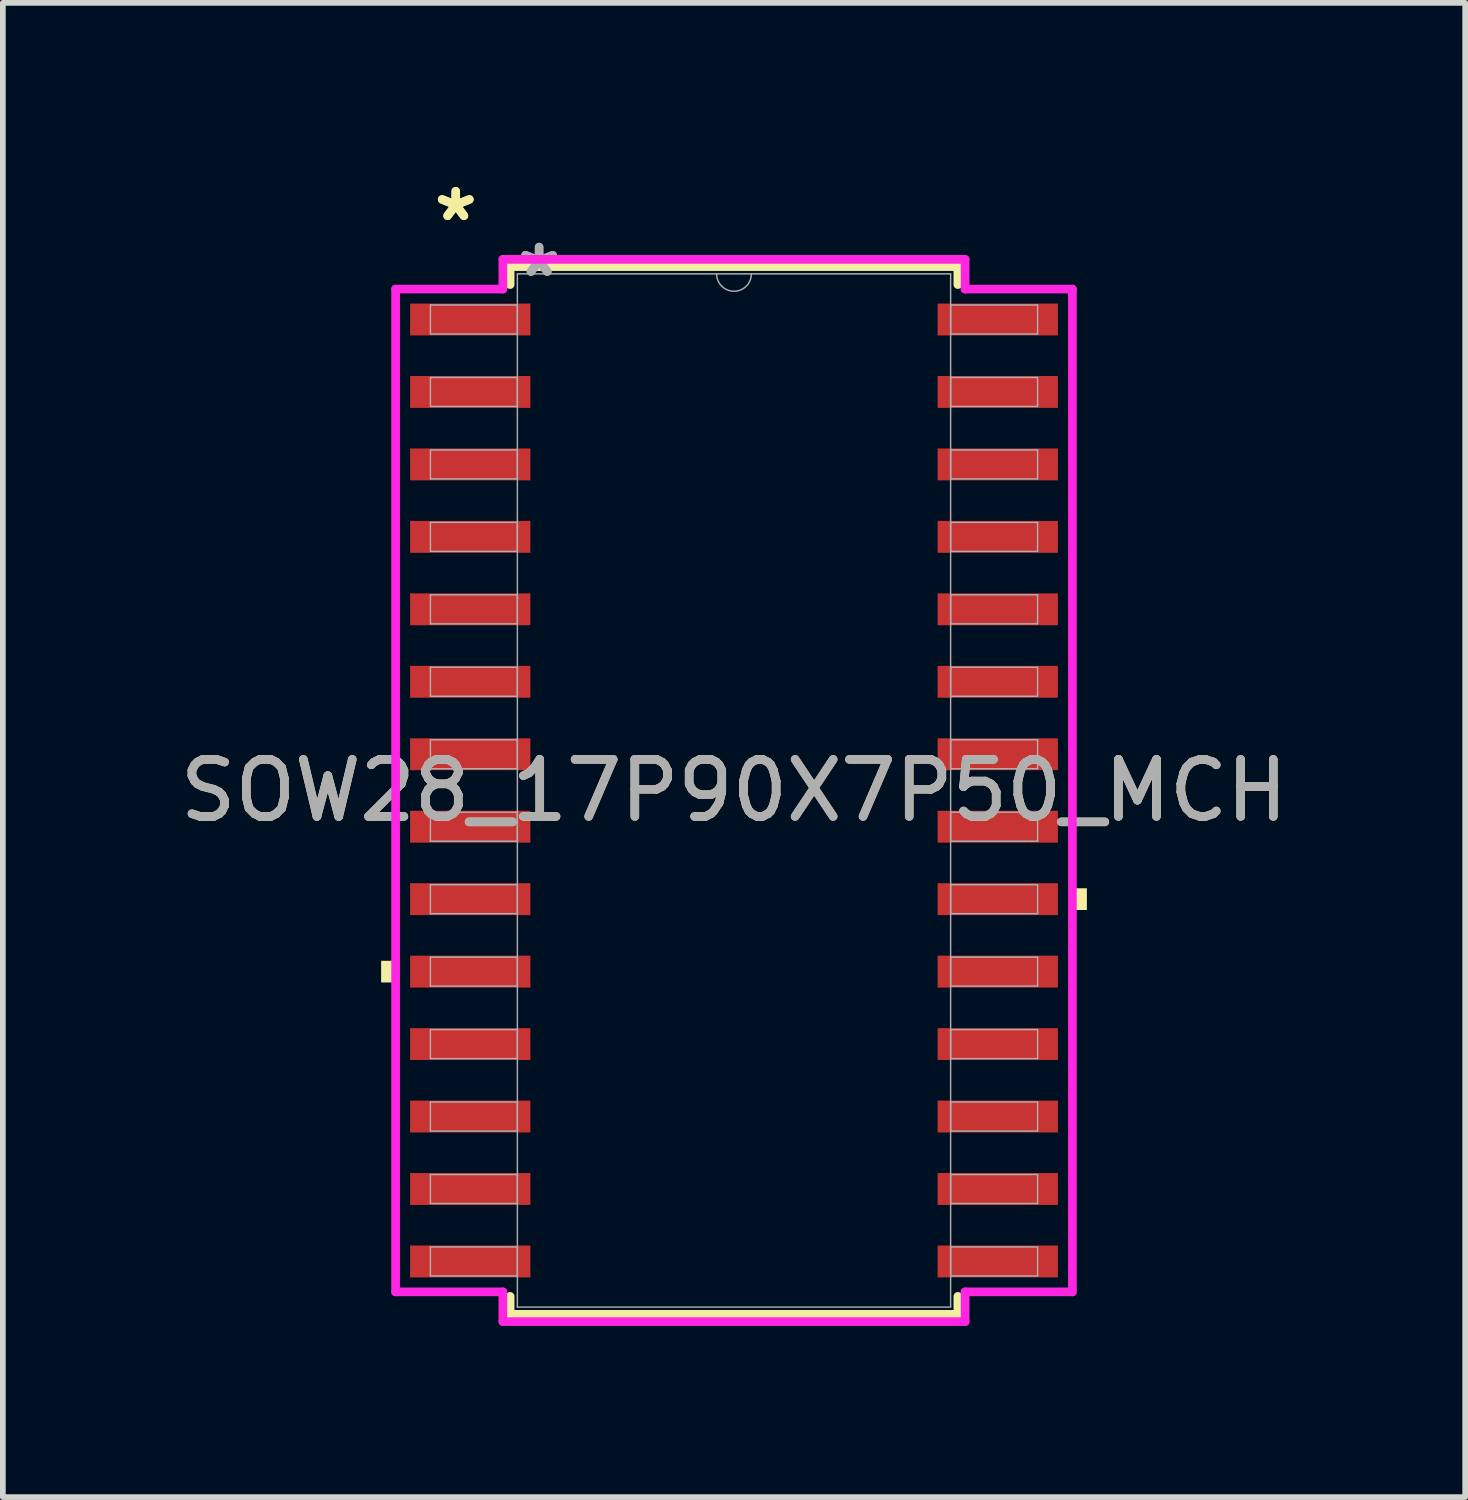
<source format=kicad_pcb>
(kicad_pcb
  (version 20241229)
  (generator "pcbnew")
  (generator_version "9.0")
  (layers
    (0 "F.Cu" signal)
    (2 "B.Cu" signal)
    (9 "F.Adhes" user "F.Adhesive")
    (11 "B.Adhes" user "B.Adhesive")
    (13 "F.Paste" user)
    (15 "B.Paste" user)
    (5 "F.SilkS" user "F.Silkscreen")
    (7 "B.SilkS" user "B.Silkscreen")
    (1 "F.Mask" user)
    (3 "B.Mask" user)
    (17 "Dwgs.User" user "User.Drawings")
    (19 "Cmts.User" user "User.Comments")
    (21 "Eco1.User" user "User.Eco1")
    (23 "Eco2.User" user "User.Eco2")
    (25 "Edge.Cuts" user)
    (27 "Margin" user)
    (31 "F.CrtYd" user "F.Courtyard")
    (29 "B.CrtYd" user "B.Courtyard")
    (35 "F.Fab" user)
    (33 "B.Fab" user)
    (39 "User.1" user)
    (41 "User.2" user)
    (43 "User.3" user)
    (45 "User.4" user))
  (footprint "SOW28_17P90X7P50_MCH"
    (layer "F.Cu")
    (at 9.815 10.805)
    (property "Reference" "SOW28_17P90X7P50_MCH" (at 0 0 0) (unlocked yes) (layer "F.SilkS") (effects (font (size 1 1) (thickness 0.15))))
    (attr smd)
    (fp_line (start -3.924 -9.182) (end -3.924 -8.867) (stroke (width 0.152) (type solid)) (layer "F.SilkS"))
    (fp_line (start -3.924 8.867) (end -3.924 9.182) (stroke (width 0.152) (type solid)) (layer "F.SilkS"))
    (fp_line (start -3.924 9.182) (end 3.924 9.182) (stroke (width 0.152) (type solid)) (layer "F.SilkS"))
    (fp_line (start 3.924 -9.182) (end -3.924 -9.182) (stroke (width 0.152) (type solid)) (layer "F.SilkS"))
    (fp_line (start 3.924 -8.867) (end 3.924 -9.182) (stroke (width 0.152) (type solid)) (layer "F.SilkS"))
    (fp_line (start 3.924 9.182) (end 3.924 8.867) (stroke (width 0.152) (type solid)) (layer "F.SilkS"))
    (fp_poly (pts (xy -6.185 2.985) (xy -6.185 3.365) (xy -5.931 3.365) (xy -5.931 2.985)) (stroke (width 0) (type solid)) (fill yes) (layer "F.SilkS"))
    (fp_poly (pts (xy 6.185 1.714) (xy 6.185 2.095) (xy 5.931 2.095) (xy 5.931 1.714)) (stroke (width 0) (type solid)) (fill yes) (layer "F.SilkS"))
    (fp_line (start -5.931 -8.788) (end -4.051 -8.788) (stroke (width 0.152) (type solid)) (layer "F.CrtYd"))
    (fp_line (start -5.931 8.788) (end -5.931 -8.788) (stroke (width 0.152) (type solid)) (layer "F.CrtYd"))
    (fp_line (start -5.931 8.788) (end -4.051 8.788) (stroke (width 0.152) (type solid)) (layer "F.CrtYd"))
    (fp_line (start -4.051 -9.309) (end 4.051 -9.309) (stroke (width 0.152) (type solid)) (layer "F.CrtYd"))
    (fp_line (start -4.051 -8.788) (end -4.051 -9.309) (stroke (width 0.152) (type solid)) (layer "F.CrtYd"))
    (fp_line (start -4.051 9.309) (end -4.051 8.788) (stroke (width 0.152) (type solid)) (layer "F.CrtYd"))
    (fp_line (start 4.051 -9.309) (end 4.051 -8.788) (stroke (width 0.152) (type solid)) (layer "F.CrtYd"))
    (fp_line (start 4.051 8.788) (end 4.051 9.309) (stroke (width 0.152) (type solid)) (layer "F.CrtYd"))
    (fp_line (start 4.051 9.309) (end -4.051 9.309) (stroke (width 0.152) (type solid)) (layer "F.CrtYd"))
    (fp_line (start 5.931 -8.788) (end 4.051 -8.788) (stroke (width 0.152) (type solid)) (layer "F.CrtYd"))
    (fp_line (start 5.931 -8.788) (end 5.931 8.788) (stroke (width 0.152) (type solid)) (layer "F.CrtYd"))
    (fp_line (start 5.931 8.788) (end 4.051 8.788) (stroke (width 0.152) (type solid)) (layer "F.CrtYd"))
    (fp_line (start -5.321 -8.509) (end -5.321 -8.001) (stroke (width 0.025) (type solid)) (layer "F.Fab"))
    (fp_line (start -5.321 -8.001) (end -3.797 -8.001) (stroke (width 0.025) (type solid)) (layer "F.Fab"))
    (fp_line (start -5.321 -7.239) (end -5.321 -6.731) (stroke (width 0.025) (type solid)) (layer "F.Fab"))
    (fp_line (start -5.321 -6.731) (end -3.797 -6.731) (stroke (width 0.025) (type solid)) (layer "F.Fab"))
    (fp_line (start -5.321 -5.969) (end -5.321 -5.461) (stroke (width 0.025) (type solid)) (layer "F.Fab"))
    (fp_line (start -5.321 -5.461) (end -3.797 -5.461) (stroke (width 0.025) (type solid)) (layer "F.Fab"))
    (fp_line (start -5.321 -4.699) (end -5.321 -4.191) (stroke (width 0.025) (type solid)) (layer "F.Fab"))
    (fp_line (start -5.321 -4.191) (end -3.797 -4.191) (stroke (width 0.025) (type solid)) (layer "F.Fab"))
    (fp_line (start -5.321 -3.429) (end -5.321 -2.921) (stroke (width 0.025) (type solid)) (layer "F.Fab"))
    (fp_line (start -5.321 -2.921) (end -3.797 -2.921) (stroke (width 0.025) (type solid)) (layer "F.Fab"))
    (fp_line (start -5.321 -2.159) (end -5.321 -1.651) (stroke (width 0.025) (type solid)) (layer "F.Fab"))
    (fp_line (start -5.321 -1.651) (end -3.797 -1.651) (stroke (width 0.025) (type solid)) (layer "F.Fab"))
    (fp_line (start -5.321 -0.889) (end -5.321 -0.381) (stroke (width 0.025) (type solid)) (layer "F.Fab"))
    (fp_line (start -5.321 -0.381) (end -3.797 -0.381) (stroke (width 0.025) (type solid)) (layer "F.Fab"))
    (fp_line (start -5.321 0.381) (end -5.321 0.889) (stroke (width 0.025) (type solid)) (layer "F.Fab"))
    (fp_line (start -5.321 0.889) (end -3.797 0.889) (stroke (width 0.025) (type solid)) (layer "F.Fab"))
    (fp_line (start -5.321 1.651) (end -5.321 2.159) (stroke (width 0.025) (type solid)) (layer "F.Fab"))
    (fp_line (start -5.321 2.159) (end -3.797 2.159) (stroke (width 0.025) (type solid)) (layer "F.Fab"))
    (fp_line (start -5.321 2.921) (end -5.321 3.429) (stroke (width 0.025) (type solid)) (layer "F.Fab"))
    (fp_line (start -5.321 3.429) (end -3.797 3.429) (stroke (width 0.025) (type solid)) (layer "F.Fab"))
    (fp_line (start -5.321 4.191) (end -5.321 4.699) (stroke (width 0.025) (type solid)) (layer "F.Fab"))
    (fp_line (start -5.321 4.699) (end -3.797 4.699) (stroke (width 0.025) (type solid)) (layer "F.Fab"))
    (fp_line (start -5.321 5.461) (end -5.321 5.969) (stroke (width 0.025) (type solid)) (layer "F.Fab"))
    (fp_line (start -5.321 5.969) (end -3.797 5.969) (stroke (width 0.025) (type solid)) (layer "F.Fab"))
    (fp_line (start -5.321 6.731) (end -5.321 7.239) (stroke (width 0.025) (type solid)) (layer "F.Fab"))
    (fp_line (start -5.321 7.239) (end -3.797 7.239) (stroke (width 0.025) (type solid)) (layer "F.Fab"))
    (fp_line (start -5.321 8.001) (end -5.321 8.509) (stroke (width 0.025) (type solid)) (layer "F.Fab"))
    (fp_line (start -5.321 8.509) (end -3.797 8.509) (stroke (width 0.025) (type solid)) (layer "F.Fab"))
    (fp_line (start -3.797 -9.055) (end -3.797 9.055) (stroke (width 0.025) (type solid)) (layer "F.Fab"))
    (fp_line (start -3.797 -8.509) (end -5.321 -8.509) (stroke (width 0.025) (type solid)) (layer "F.Fab"))
    (fp_line (start -3.797 -8.001) (end -3.797 -8.509) (stroke (width 0.025) (type solid)) (layer "F.Fab"))
    (fp_line (start -3.797 -7.239) (end -5.321 -7.239) (stroke (width 0.025) (type solid)) (layer "F.Fab"))
    (fp_line (start -3.797 -6.731) (end -3.797 -7.239) (stroke (width 0.025) (type solid)) (layer "F.Fab"))
    (fp_line (start -3.797 -5.969) (end -5.321 -5.969) (stroke (width 0.025) (type solid)) (layer "F.Fab"))
    (fp_line (start -3.797 -5.461) (end -3.797 -5.969) (stroke (width 0.025) (type solid)) (layer "F.Fab"))
    (fp_line (start -3.797 -4.699) (end -5.321 -4.699) (stroke (width 0.025) (type solid)) (layer "F.Fab"))
    (fp_line (start -3.797 -4.191) (end -3.797 -4.699) (stroke (width 0.025) (type solid)) (layer "F.Fab"))
    (fp_line (start -3.797 -3.429) (end -5.321 -3.429) (stroke (width 0.025) (type solid)) (layer "F.Fab"))
    (fp_line (start -3.797 -2.921) (end -3.797 -3.429) (stroke (width 0.025) (type solid)) (layer "F.Fab"))
    (fp_line (start -3.797 -2.159) (end -5.321 -2.159) (stroke (width 0.025) (type solid)) (layer "F.Fab"))
    (fp_line (start -3.797 -1.651) (end -3.797 -2.159) (stroke (width 0.025) (type solid)) (layer "F.Fab"))
    (fp_line (start -3.797 -0.889) (end -5.321 -0.889) (stroke (width 0.025) (type solid)) (layer "F.Fab"))
    (fp_line (start -3.797 -0.381) (end -3.797 -0.889) (stroke (width 0.025) (type solid)) (layer "F.Fab"))
    (fp_line (start -3.797 0.381) (end -5.321 0.381) (stroke (width 0.025) (type solid)) (layer "F.Fab"))
    (fp_line (start -3.797 0.889) (end -3.797 0.381) (stroke (width 0.025) (type solid)) (layer "F.Fab"))
    (fp_line (start -3.797 1.651) (end -5.321 1.651) (stroke (width 0.025) (type solid)) (layer "F.Fab"))
    (fp_line (start -3.797 2.159) (end -3.797 1.651) (stroke (width 0.025) (type solid)) (layer "F.Fab"))
    (fp_line (start -3.797 2.921) (end -5.321 2.921) (stroke (width 0.025) (type solid)) (layer "F.Fab"))
    (fp_line (start -3.797 3.429) (end -3.797 2.921) (stroke (width 0.025) (type solid)) (layer "F.Fab"))
    (fp_line (start -3.797 4.191) (end -5.321 4.191) (stroke (width 0.025) (type solid)) (layer "F.Fab"))
    (fp_line (start -3.797 4.699) (end -3.797 4.191) (stroke (width 0.025) (type solid)) (layer "F.Fab"))
    (fp_line (start -3.797 5.461) (end -5.321 5.461) (stroke (width 0.025) (type solid)) (layer "F.Fab"))
    (fp_line (start -3.797 5.969) (end -3.797 5.461) (stroke (width 0.025) (type solid)) (layer "F.Fab"))
    (fp_line (start -3.797 6.731) (end -5.321 6.731) (stroke (width 0.025) (type solid)) (layer "F.Fab"))
    (fp_line (start -3.797 7.239) (end -3.797 6.731) (stroke (width 0.025) (type solid)) (layer "F.Fab"))
    (fp_line (start -3.797 8.001) (end -5.321 8.001) (stroke (width 0.025) (type solid)) (layer "F.Fab"))
    (fp_line (start -3.797 8.509) (end -3.797 8.001) (stroke (width 0.025) (type solid)) (layer "F.Fab"))
    (fp_line (start -3.797 9.055) (end 3.797 9.055) (stroke (width 0.025) (type solid)) (layer "F.Fab"))
    (fp_line (start 3.797 -9.055) (end -3.797 -9.055) (stroke (width 0.025) (type solid)) (layer "F.Fab"))
    (fp_line (start 3.797 -8.509) (end 3.797 -8.001) (stroke (width 0.025) (type solid)) (layer "F.Fab"))
    (fp_line (start 3.797 -8.001) (end 5.321 -8.001) (stroke (width 0.025) (type solid)) (layer "F.Fab"))
    (fp_line (start 3.797 -7.239) (end 3.797 -6.731) (stroke (width 0.025) (type solid)) (layer "F.Fab"))
    (fp_line (start 3.797 -6.731) (end 5.321 -6.731) (stroke (width 0.025) (type solid)) (layer "F.Fab"))
    (fp_line (start 3.797 -5.969) (end 3.797 -5.461) (stroke (width 0.025) (type solid)) (layer "F.Fab"))
    (fp_line (start 3.797 -5.461) (end 5.321 -5.461) (stroke (width 0.025) (type solid)) (layer "F.Fab"))
    (fp_line (start 3.797 -4.699) (end 3.797 -4.191) (stroke (width 0.025) (type solid)) (layer "F.Fab"))
    (fp_line (start 3.797 -4.191) (end 5.321 -4.191) (stroke (width 0.025) (type solid)) (layer "F.Fab"))
    (fp_line (start 3.797 -3.429) (end 3.797 -2.921) (stroke (width 0.025) (type solid)) (layer "F.Fab"))
    (fp_line (start 3.797 -2.921) (end 5.321 -2.921) (stroke (width 0.025) (type solid)) (layer "F.Fab"))
    (fp_line (start 3.797 -2.159) (end 3.797 -1.651) (stroke (width 0.025) (type solid)) (layer "F.Fab"))
    (fp_line (start 3.797 -1.651) (end 5.321 -1.651) (stroke (width 0.025) (type solid)) (layer "F.Fab"))
    (fp_line (start 3.797 -0.889) (end 3.797 -0.381) (stroke (width 0.025) (type solid)) (layer "F.Fab"))
    (fp_line (start 3.797 -0.381) (end 5.321 -0.381) (stroke (width 0.025) (type solid)) (layer "F.Fab"))
    (fp_line (start 3.797 0.381) (end 3.797 0.889) (stroke (width 0.025) (type solid)) (layer "F.Fab"))
    (fp_line (start 3.797 0.889) (end 5.321 0.889) (stroke (width 0.025) (type solid)) (layer "F.Fab"))
    (fp_line (start 3.797 1.651) (end 3.797 2.159) (stroke (width 0.025) (type solid)) (layer "F.Fab"))
    (fp_line (start 3.797 2.159) (end 5.321 2.159) (stroke (width 0.025) (type solid)) (layer "F.Fab"))
    (fp_line (start 3.797 2.921) (end 3.797 3.429) (stroke (width 0.025) (type solid)) (layer "F.Fab"))
    (fp_line (start 3.797 3.429) (end 5.321 3.429) (stroke (width 0.025) (type solid)) (layer "F.Fab"))
    (fp_line (start 3.797 4.191) (end 3.797 4.699) (stroke (width 0.025) (type solid)) (layer "F.Fab"))
    (fp_line (start 3.797 4.699) (end 5.321 4.699) (stroke (width 0.025) (type solid)) (layer "F.Fab"))
    (fp_line (start 3.797 5.461) (end 3.797 5.969) (stroke (width 0.025) (type solid)) (layer "F.Fab"))
    (fp_line (start 3.797 5.969) (end 5.321 5.969) (stroke (width 0.025) (type solid)) (layer "F.Fab"))
    (fp_line (start 3.797 6.731) (end 3.797 7.239) (stroke (width 0.025) (type solid)) (layer "F.Fab"))
    (fp_line (start 3.797 7.239) (end 5.321 7.239) (stroke (width 0.025) (type solid)) (layer "F.Fab"))
    (fp_line (start 3.797 8.001) (end 3.797 8.509) (stroke (width 0.025) (type solid)) (layer "F.Fab"))
    (fp_line (start 3.797 8.509) (end 5.321 8.509) (stroke (width 0.025) (type solid)) (layer "F.Fab"))
    (fp_line (start 3.797 9.055) (end 3.797 -9.055) (stroke (width 0.025) (type solid)) (layer "F.Fab"))
    (fp_line (start 5.321 -8.509) (end 3.797 -8.509) (stroke (width 0.025) (type solid)) (layer "F.Fab"))
    (fp_line (start 5.321 -8.001) (end 5.321 -8.509) (stroke (width 0.025) (type solid)) (layer "F.Fab"))
    (fp_line (start 5.321 -7.239) (end 3.797 -7.239) (stroke (width 0.025) (type solid)) (layer "F.Fab"))
    (fp_line (start 5.321 -6.731) (end 5.321 -7.239) (stroke (width 0.025) (type solid)) (layer "F.Fab"))
    (fp_line (start 5.321 -5.969) (end 3.797 -5.969) (stroke (width 0.025) (type solid)) (layer "F.Fab"))
    (fp_line (start 5.321 -5.461) (end 5.321 -5.969) (stroke (width 0.025) (type solid)) (layer "F.Fab"))
    (fp_line (start 5.321 -4.699) (end 3.797 -4.699) (stroke (width 0.025) (type solid)) (layer "F.Fab"))
    (fp_line (start 5.321 -4.191) (end 5.321 -4.699) (stroke (width 0.025) (type solid)) (layer "F.Fab"))
    (fp_line (start 5.321 -3.429) (end 3.797 -3.429) (stroke (width 0.025) (type solid)) (layer "F.Fab"))
    (fp_line (start 5.321 -2.921) (end 5.321 -3.429) (stroke (width 0.025) (type solid)) (layer "F.Fab"))
    (fp_line (start 5.321 -2.159) (end 3.797 -2.159) (stroke (width 0.025) (type solid)) (layer "F.Fab"))
    (fp_line (start 5.321 -1.651) (end 5.321 -2.159) (stroke (width 0.025) (type solid)) (layer "F.Fab"))
    (fp_line (start 5.321 -0.889) (end 3.797 -0.889) (stroke (width 0.025) (type solid)) (layer "F.Fab"))
    (fp_line (start 5.321 -0.381) (end 5.321 -0.889) (stroke (width 0.025) (type solid)) (layer "F.Fab"))
    (fp_line (start 5.321 0.381) (end 3.797 0.381) (stroke (width 0.025) (type solid)) (layer "F.Fab"))
    (fp_line (start 5.321 0.889) (end 5.321 0.381) (stroke (width 0.025) (type solid)) (layer "F.Fab"))
    (fp_line (start 5.321 1.651) (end 3.797 1.651) (stroke (width 0.025) (type solid)) (layer "F.Fab"))
    (fp_line (start 5.321 2.159) (end 5.321 1.651) (stroke (width 0.025) (type solid)) (layer "F.Fab"))
    (fp_line (start 5.321 2.921) (end 3.797 2.921) (stroke (width 0.025) (type solid)) (layer "F.Fab"))
    (fp_line (start 5.321 3.429) (end 5.321 2.921) (stroke (width 0.025) (type solid)) (layer "F.Fab"))
    (fp_line (start 5.321 4.191) (end 3.797 4.191) (stroke (width 0.025) (type solid)) (layer "F.Fab"))
    (fp_line (start 5.321 4.699) (end 5.321 4.191) (stroke (width 0.025) (type solid)) (layer "F.Fab"))
    (fp_line (start 5.321 5.461) (end 3.797 5.461) (stroke (width 0.025) (type solid)) (layer "F.Fab"))
    (fp_line (start 5.321 5.969) (end 5.321 5.461) (stroke (width 0.025) (type solid)) (layer "F.Fab"))
    (fp_line (start 5.321 6.731) (end 3.797 6.731) (stroke (width 0.025) (type solid)) (layer "F.Fab"))
    (fp_line (start 5.321 7.239) (end 5.321 6.731) (stroke (width 0.025) (type solid)) (layer "F.Fab"))
    (fp_line (start 5.321 8.001) (end 3.797 8.001) (stroke (width 0.025) (type solid)) (layer "F.Fab"))
    (fp_line (start 5.321 8.509) (end 5.321 8.001) (stroke (width 0.025) (type solid)) (layer "F.Fab"))
    (fp_arc (start 0.3048 -9.0551) (mid 0 -8.7503) (end -0.3048 -9.0551) (stroke (width 0.0254) (type solid)) (layer "F.Fab"))
    (fp_text user "*" (at -4.877 -9.957 0) (layer "F.SilkS") (effects (font (size 1 1) (thickness 0.15))))
    (fp_text user "*" (at -4.877 -9.957 0) (unlocked yes) (layer "F.SilkS") (effects (font (size 1 1) (thickness 0.15))))
    (fp_text user "*" (at -3.416 -8.979 0) (layer "F.Fab") (effects (font (size 1 1) (thickness 0.15))))
    (fp_text user "*" (at -3.416 -8.979 0) (unlocked yes) (layer "F.Fab") (effects (font (size 1 1) (thickness 0.15))))
    (fp_text user "${REFERENCE}" (at 0 0 0) (unlocked yes) (layer "F.Fab") (effects (font (size 1 1) (thickness 0.15))))
    (pad "1" smd rect (at -4.623 -8.255) (size 2.108 0.559) (layers "F.Cu" "F.Mask" "F.Paste"))
    (pad "2" smd rect (at -4.623 -6.985) (size 2.108 0.559) (layers "F.Cu" "F.Mask" "F.Paste"))
    (pad "3" smd rect (at -4.623 -5.715) (size 2.108 0.559) (layers "F.Cu" "F.Mask" "F.Paste"))
    (pad "4" smd rect (at -4.623 -4.445) (size 2.108 0.559) (layers "F.Cu" "F.Mask" "F.Paste"))
    (pad "5" smd rect (at -4.623 -3.175) (size 2.108 0.559) (layers "F.Cu" "F.Mask" "F.Paste"))
    (pad "6" smd rect (at -4.623 -1.905) (size 2.108 0.559) (layers "F.Cu" "F.Mask" "F.Paste"))
    (pad "7" smd rect (at -4.623 -0.635) (size 2.108 0.559) (layers "F.Cu" "F.Mask" "F.Paste"))
    (pad "8" smd rect (at -4.623 0.635) (size 2.108 0.559) (layers "F.Cu" "F.Mask" "F.Paste"))
    (pad "9" smd rect (at -4.623 1.905) (size 2.108 0.559) (layers "F.Cu" "F.Mask" "F.Paste"))
    (pad "10" smd rect (at -4.623 3.175) (size 2.108 0.559) (layers "F.Cu" "F.Mask" "F.Paste"))
    (pad "11" smd rect (at -4.623 4.445) (size 2.108 0.559) (layers "F.Cu" "F.Mask" "F.Paste"))
    (pad "12" smd rect (at -4.623 5.715) (size 2.108 0.559) (layers "F.Cu" "F.Mask" "F.Paste"))
    (pad "13" smd rect (at -4.623 6.985) (size 2.108 0.559) (layers "F.Cu" "F.Mask" "F.Paste"))
    (pad "14" smd rect (at -4.623 8.255) (size 2.108 0.559) (layers "F.Cu" "F.Mask" "F.Paste"))
    (pad "15" smd rect (at 4.623 8.255) (size 2.108 0.559) (layers "F.Cu" "F.Mask" "F.Paste"))
    (pad "16" smd rect (at 4.623 6.985) (size 2.108 0.559) (layers "F.Cu" "F.Mask" "F.Paste"))
    (pad "17" smd rect (at 4.623 5.715) (size 2.108 0.559) (layers "F.Cu" "F.Mask" "F.Paste"))
    (pad "18" smd rect (at 4.623 4.445) (size 2.108 0.559) (layers "F.Cu" "F.Mask" "F.Paste"))
    (pad "19" smd rect (at 4.623 3.175) (size 2.108 0.559) (layers "F.Cu" "F.Mask" "F.Paste"))
    (pad "20" smd rect (at 4.623 1.905) (size 2.108 0.559) (layers "F.Cu" "F.Mask" "F.Paste"))
    (pad "21" smd rect (at 4.623 0.635) (size 2.108 0.559) (layers "F.Cu" "F.Mask" "F.Paste"))
    (pad "22" smd rect (at 4.623 -0.635) (size 2.108 0.559) (layers "F.Cu" "F.Mask" "F.Paste"))
    (pad "23" smd rect (at 4.623 -1.905) (size 2.108 0.559) (layers "F.Cu" "F.Mask" "F.Paste"))
    (pad "24" smd rect (at 4.623 -3.175) (size 2.108 0.559) (layers "F.Cu" "F.Mask" "F.Paste"))
    (pad "25" smd rect (at 4.623 -4.445) (size 2.108 0.559) (layers "F.Cu" "F.Mask" "F.Paste"))
    (pad "26" smd rect (at 4.623 -5.715) (size 2.108 0.559) (layers "F.Cu" "F.Mask" "F.Paste"))
    (pad "27" smd rect (at 4.623 -6.985) (size 2.108 0.559) (layers "F.Cu" "F.Mask" "F.Paste"))
    (pad "28" smd rect (at 4.623 -8.255) (size 2.108 0.559) (layers "F.Cu" "F.Mask" "F.Paste")))
  (gr_rect
    (start -3 -3)
    (end 22.631 23.19)
    (stroke (width 0.1) (type default))
    (fill no)
    (layer "Edge.Cuts")))
</source>
